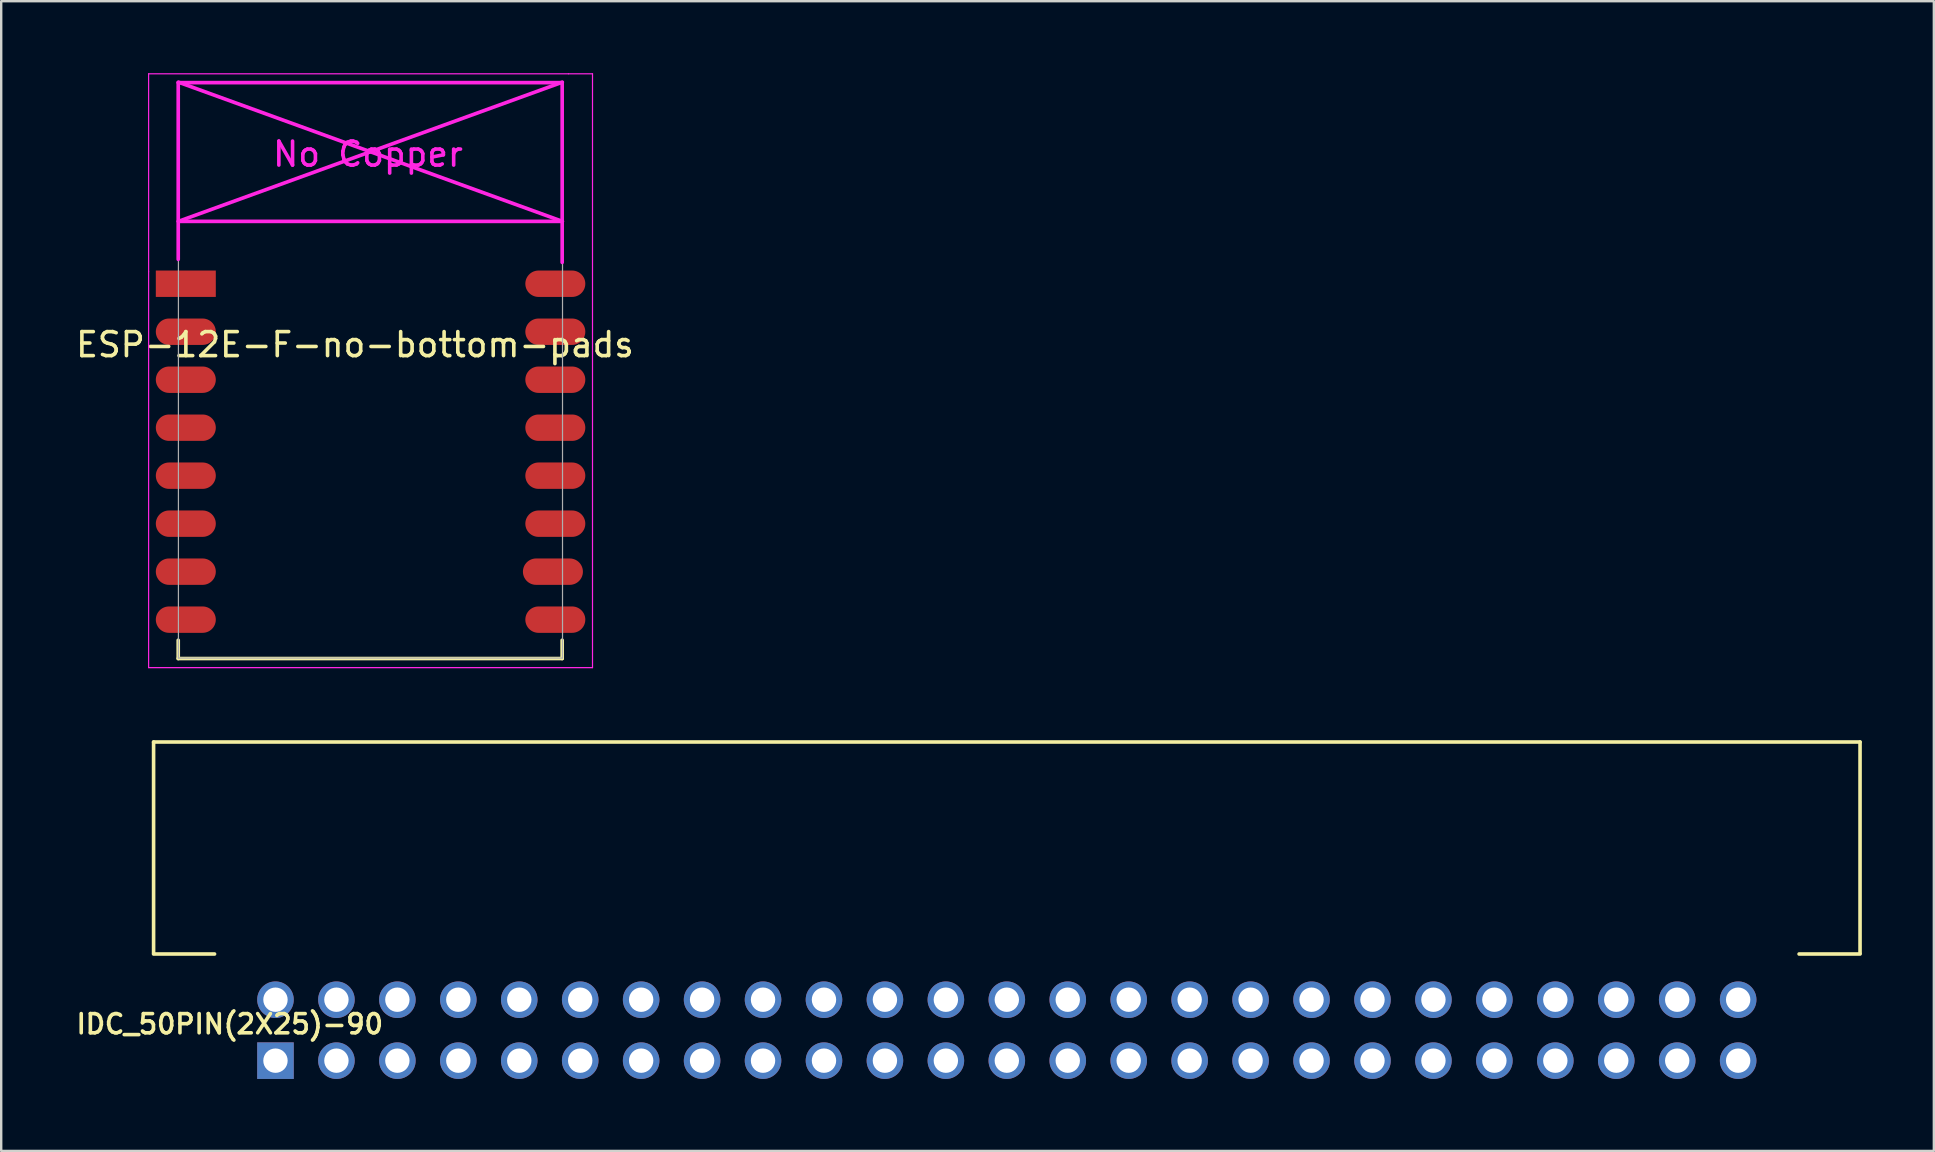
<source format=kicad_pcb>
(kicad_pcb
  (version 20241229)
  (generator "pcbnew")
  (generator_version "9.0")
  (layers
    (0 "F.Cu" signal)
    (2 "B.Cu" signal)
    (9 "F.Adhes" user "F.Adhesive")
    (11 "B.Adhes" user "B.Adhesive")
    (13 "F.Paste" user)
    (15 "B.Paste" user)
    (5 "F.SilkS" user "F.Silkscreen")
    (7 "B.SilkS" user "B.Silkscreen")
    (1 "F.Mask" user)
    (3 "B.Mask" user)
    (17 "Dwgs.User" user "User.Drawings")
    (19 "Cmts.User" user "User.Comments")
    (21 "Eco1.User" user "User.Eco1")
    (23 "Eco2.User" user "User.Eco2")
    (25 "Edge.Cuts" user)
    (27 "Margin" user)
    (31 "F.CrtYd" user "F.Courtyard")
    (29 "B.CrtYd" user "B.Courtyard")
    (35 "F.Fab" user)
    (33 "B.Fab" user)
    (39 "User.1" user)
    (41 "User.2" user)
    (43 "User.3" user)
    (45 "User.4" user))
  (footprint "ESP-12E-F-no-bottom-pads"
    (layer "F.Cu")
    (at 5.394 8.775)
    (property "Reference" "ESP-12E-F-no-bottom-pads" (at 6.35 2.54 0) (layer "F.SilkS") (effects (font (size 1 1) (thickness 0.15))))
    (attr through_hole)
    (fp_line (start -1.016 14.859) (end -1.016 15.621) (stroke (width 0.152) (type solid)) (layer "F.SilkS"))
    (fp_line (start -1.016 15.621) (end 14.986 15.621) (stroke (width 0.152) (type solid)) (layer "F.SilkS"))
    (fp_line (start 14.986 15.621) (end 14.986 14.859) (stroke (width 0.152) (type solid)) (layer "F.SilkS"))
    (fp_line (start -2.25 -8.75) (end 15.25 -8.75) (stroke (width 0.05) (type solid)) (layer "F.CrtYd"))
    (fp_line (start -2.25 -0.5) (end -2.25 -8.75) (stroke (width 0.05) (type solid)) (layer "F.CrtYd"))
    (fp_line (start -2.25 16) (end -2.25 -0.5) (stroke (width 0.05) (type solid)) (layer "F.CrtYd"))
    (fp_line (start -1.016 -8.382) (end -1.016 -1.016) (stroke (width 0.152) (type solid)) (layer "F.CrtYd"))
    (fp_line (start -1.016 -8.382) (end 14.986 -8.382) (stroke (width 0.152) (type solid)) (layer "F.CrtYd"))
    (fp_line (start -1.008 -8.4) (end 14.992 -2.6) (stroke (width 0.152) (type solid)) (layer "F.CrtYd"))
    (fp_line (start -1.008 -2.6) (end 14.992 -2.6) (stroke (width 0.152) (type solid)) (layer "F.CrtYd"))
    (fp_line (start 14.986 -8.382) (end 14.986 -0.889) (stroke (width 0.152) (type solid)) (layer "F.CrtYd"))
    (fp_line (start 14.992 -8.4) (end -1.008 -2.6) (stroke (width 0.152) (type solid)) (layer "F.CrtYd"))
    (fp_line (start 15.25 -8.75) (end 16.25 -8.75) (stroke (width 0.05) (type solid)) (layer "F.CrtYd"))
    (fp_line (start 16.25 -8.75) (end 16.25 16) (stroke (width 0.05) (type solid)) (layer "F.CrtYd"))
    (fp_line (start 16.25 16) (end -2.25 16) (stroke (width 0.05) (type solid)) (layer "F.CrtYd"))
    (fp_line (start -1.008 -8.4) (end 14.992 -8.4) (stroke (width 0.05) (type solid)) (layer "F.Fab"))
    (fp_line (start -1.008 15.6) (end -1.008 -8.4) (stroke (width 0.05) (type solid)) (layer "F.Fab"))
    (fp_line (start 14.992 15.6) (end -1.008 15.6) (stroke (width 0.05) (type solid)) (layer "F.Fab"))
    (fp_line (start 15 -8.4) (end 15 15.6) (stroke (width 0.05) (type solid)) (layer "F.Fab"))
    (fp_text user "No Copper" (at 6.892 -5.4 0) (layer "F.CrtYd") (effects (font (size 1 1) (thickness 0.15))))
    (pad "1" smd rect (at 0 0) (size 2.5 1.1) (drill (offset -0.7 0)) (layers "F.Cu" "F.Mask" "F.Paste"))
    (pad "2" smd oval (at 0 2) (size 2.5 1.1) (drill (offset -0.7 0)) (layers "F.Cu" "F.Mask" "F.Paste"))
    (pad "3" smd oval (at 0 4) (size 2.5 1.1) (drill (offset -0.7 0)) (layers "F.Cu" "F.Mask" "F.Paste"))
    (pad "4" smd oval (at 0 6) (size 2.5 1.1) (drill (offset -0.7 0)) (layers "F.Cu" "F.Mask" "F.Paste"))
    (pad "5" smd oval (at 0 8) (size 2.5 1.1) (drill (offset -0.7 0)) (layers "F.Cu" "F.Mask" "F.Paste"))
    (pad "6" smd oval (at 0 10) (size 2.5 1.1) (drill (offset -0.7 0)) (layers "F.Cu" "F.Mask" "F.Paste"))
    (pad "7" smd oval (at 0 12) (size 2.5 1.1) (drill (offset -0.7 0)) (layers "F.Cu" "F.Mask" "F.Paste"))
    (pad "8" smd oval (at 0 14) (size 2.5 1.1) (drill (offset -0.7 0)) (layers "F.Cu" "F.Mask" "F.Paste"))
    (pad "9" smd oval (at 14 14) (size 2.5 1.1) (drill (offset 0.7 0)) (layers "F.Cu" "F.Mask" "F.Paste"))
    (pad "10" smd oval (at 14 12) (size 2.5 1.1) (drill (offset 0.6 0)) (layers "F.Cu" "F.Mask" "F.Paste"))
    (pad "11" smd oval (at 14 10) (size 2.5 1.1) (drill (offset 0.7 0)) (layers "F.Cu" "F.Mask" "F.Paste"))
    (pad "12" smd oval (at 14 8) (size 2.5 1.1) (drill (offset 0.7 0)) (layers "F.Cu" "F.Mask" "F.Paste"))
    (pad "13" smd oval (at 14 6) (size 2.5 1.1) (drill (offset 0.7 0)) (layers "F.Cu" "F.Mask" "F.Paste"))
    (pad "14" smd oval (at 14 4) (size 2.5 1.1) (drill (offset 0.7 0)) (layers "F.Cu" "F.Mask" "F.Paste"))
    (pad "15" smd oval (at 14 2) (size 2.5 1.1) (drill (offset 0.7 0)) (layers "F.Cu" "F.Mask" "F.Paste"))
    (pad "16" smd oval (at 14 0) (size 2.5 1.1) (drill (offset 0.7 0)) (layers "F.Cu" "F.Mask" "F.Paste")))
  (footprint "IDC_50PIN(2X25)-90"
    (layer "F.Cu")
    (at 38.911 39.885)
    (property "Reference" "IDC_50PIN(2X25)-90" (at -32.385 -0.254 0) (layer "F.SilkS") (effects (font (size 0.8 0.8) (thickness 0.15))))
    (attr through_hole)
    (fp_line (start -35.56 -12.01) (end -35.56 -3.21) (stroke (width 0.15) (type solid)) (layer "F.SilkS"))
    (fp_line (start -35.56 -3.175) (end -33.02 -3.175) (stroke (width 0.152) (type solid)) (layer "F.SilkS"))
    (fp_line (start 35.56 -12.01) (end -35.56 -12.01) (stroke (width 0.15) (type solid)) (layer "F.SilkS"))
    (fp_line (start 35.56 -12.01) (end 35.56 -3.21) (stroke (width 0.15) (type solid)) (layer "F.SilkS"))
    (fp_line (start 35.56 -3.175) (end 33.02 -3.175) (stroke (width 0.152) (type solid)) (layer "F.SilkS"))
    (pad "1" thru_hole rect (at -30.48 1.27) (size 1.524 1.524) (drill 1.016) (layers "*.Cu" "*.Mask"))
    (pad "2" thru_hole circle (at -30.48 -1.27) (size 1.524 1.524) (drill 1.016) (layers "*.Cu" "*.Mask"))
    (pad "3" thru_hole circle (at -27.94 1.27) (size 1.524 1.524) (drill 1.016) (layers "*.Cu" "*.Mask"))
    (pad "4" thru_hole circle (at -27.94 -1.27) (size 1.524 1.524) (drill 1.016) (layers "*.Cu" "*.Mask"))
    (pad "5" thru_hole circle (at -25.4 1.27) (size 1.524 1.524) (drill 1.016) (layers "*.Cu" "*.Mask"))
    (pad "6" thru_hole circle (at -25.4 -1.27) (size 1.524 1.524) (drill 1.016) (layers "*.Cu" "*.Mask"))
    (pad "7" thru_hole circle (at -22.86 1.27) (size 1.524 1.524) (drill 1.016) (layers "*.Cu" "*.Mask"))
    (pad "8" thru_hole circle (at -22.86 -1.27) (size 1.524 1.524) (drill 1.016) (layers "*.Cu" "*.Mask"))
    (pad "9" thru_hole circle (at -20.32 1.27) (size 1.524 1.524) (drill 1.016) (layers "*.Cu" "*.Mask"))
    (pad "10" thru_hole circle (at -20.32 -1.27) (size 1.524 1.524) (drill 1.016) (layers "*.Cu" "*.Mask"))
    (pad "11" thru_hole circle (at -17.78 1.27) (size 1.524 1.524) (drill 1.016) (layers "*.Cu" "*.Mask"))
    (pad "12" thru_hole circle (at -17.78 -1.27) (size 1.524 1.524) (drill 1.016) (layers "*.Cu" "*.Mask"))
    (pad "13" thru_hole circle (at -15.24 1.27) (size 1.524 1.524) (drill 1.016) (layers "*.Cu" "*.Mask"))
    (pad "14" thru_hole circle (at -15.24 -1.27) (size 1.524 1.524) (drill 1.016) (layers "*.Cu" "*.Mask"))
    (pad "15" thru_hole circle (at -12.7 1.27) (size 1.524 1.524) (drill 1.016) (layers "*.Cu" "*.Mask"))
    (pad "16" thru_hole circle (at -12.7 -1.27) (size 1.524 1.524) (drill 1.016) (layers "*.Cu" "*.Mask"))
    (pad "17" thru_hole circle (at -10.16 1.27) (size 1.524 1.524) (drill 1.016) (layers "*.Cu" "*.Mask"))
    (pad "18" thru_hole circle (at -10.16 -1.27) (size 1.524 1.524) (drill 1.016) (layers "*.Cu" "*.Mask"))
    (pad "19" thru_hole circle (at -7.62 1.27) (size 1.524 1.524) (drill 1.016) (layers "*.Cu" "*.Mask"))
    (pad "20" thru_hole circle (at -7.62 -1.27) (size 1.524 1.524) (drill 1.016) (layers "*.Cu" "*.Mask"))
    (pad "21" thru_hole circle (at -5.08 1.27) (size 1.524 1.524) (drill 1.016) (layers "*.Cu" "*.Mask"))
    (pad "22" thru_hole circle (at -5.08 -1.27) (size 1.524 1.524) (drill 1.016) (layers "*.Cu" "*.Mask"))
    (pad "23" thru_hole circle (at -2.54 1.27) (size 1.524 1.524) (drill 1.016) (layers "*.Cu" "*.Mask"))
    (pad "24" thru_hole circle (at -2.54 -1.27) (size 1.524 1.524) (drill 1.016) (layers "*.Cu" "*.Mask"))
    (pad "25" thru_hole circle (at 0 1.27) (size 1.524 1.524) (drill 1.016) (layers "*.Cu" "*.Mask"))
    (pad "26" thru_hole circle (at 0 -1.27) (size 1.524 1.524) (drill 1.016) (layers "*.Cu" "*.Mask"))
    (pad "27" thru_hole circle (at 2.54 1.27) (size 1.524 1.524) (drill 1.016) (layers "*.Cu" "*.Mask"))
    (pad "28" thru_hole circle (at 2.54 -1.27) (size 1.524 1.524) (drill 1.016) (layers "*.Cu" "*.Mask"))
    (pad "29" thru_hole circle (at 5.08 1.27) (size 1.524 1.524) (drill 1.016) (layers "*.Cu" "*.Mask"))
    (pad "30" thru_hole circle (at 5.08 -1.27) (size 1.524 1.524) (drill 1.016) (layers "*.Cu" "*.Mask"))
    (pad "31" thru_hole circle (at 7.62 1.27) (size 1.524 1.524) (drill 1.016) (layers "*.Cu" "*.Mask"))
    (pad "32" thru_hole circle (at 7.62 -1.27) (size 1.524 1.524) (drill 1.016) (layers "*.Cu" "*.Mask"))
    (pad "33" thru_hole circle (at 10.16 1.27) (size 1.524 1.524) (drill 1.016) (layers "*.Cu" "*.Mask"))
    (pad "34" thru_hole circle (at 10.16 -1.27) (size 1.524 1.524) (drill 1.016) (layers "*.Cu" "*.Mask"))
    (pad "35" thru_hole circle (at 12.7 1.27) (size 1.524 1.524) (drill 1.016) (layers "*.Cu" "*.Mask"))
    (pad "36" thru_hole circle (at 12.7 -1.27) (size 1.524 1.524) (drill 1.016) (layers "*.Cu" "*.Mask"))
    (pad "37" thru_hole circle (at 15.24 1.27) (size 1.524 1.524) (drill 1.016) (layers "*.Cu" "*.Mask"))
    (pad "38" thru_hole circle (at 15.24 -1.27) (size 1.524 1.524) (drill 1.016) (layers "*.Cu" "*.Mask"))
    (pad "39" thru_hole circle (at 17.78 1.27) (size 1.524 1.524) (drill 1.016) (layers "*.Cu" "*.Mask"))
    (pad "40" thru_hole circle (at 17.78 -1.27) (size 1.524 1.524) (drill 1.016) (layers "*.Cu" "*.Mask"))
    (pad "41" thru_hole circle (at 20.32 1.27) (size 1.524 1.524) (drill 1.016) (layers "*.Cu" "*.Mask"))
    (pad "42" thru_hole circle (at 20.32 -1.27) (size 1.524 1.524) (drill 1.016) (layers "*.Cu" "*.Mask"))
    (pad "43" thru_hole circle (at 22.86 1.27) (size 1.524 1.524) (drill 1.016) (layers "*.Cu" "*.Mask"))
    (pad "44" thru_hole circle (at 22.86 -1.27) (size 1.524 1.524) (drill 1.016) (layers "*.Cu" "*.Mask"))
    (pad "45" thru_hole circle (at 25.4 1.27) (size 1.524 1.524) (drill 1.016) (layers "*.Cu" "*.Mask"))
    (pad "46" thru_hole circle (at 25.4 -1.27) (size 1.524 1.524) (drill 1.016) (layers "*.Cu" "*.Mask"))
    (pad "47" thru_hole circle (at 27.94 1.27) (size 1.524 1.524) (drill 1.016) (layers "*.Cu" "*.Mask"))
    (pad "48" thru_hole circle (at 27.94 -1.27) (size 1.524 1.524) (drill 1.016) (layers "*.Cu" "*.Mask"))
    (pad "49" thru_hole circle (at 30.48 1.27) (size 1.524 1.524) (drill 1.016) (layers "*.Cu" "*.Mask"))
    (pad "50" thru_hole circle (at 30.48 -1.27) (size 1.524 1.524) (drill 1.016) (layers "*.Cu" "*.Mask")))
  (gr_rect
    (start -3 -3)
    (end 77.547 44.917)
    (stroke (width 0.1) (type default))
    (fill no)
    (layer "Edge.Cuts")))
</source>
